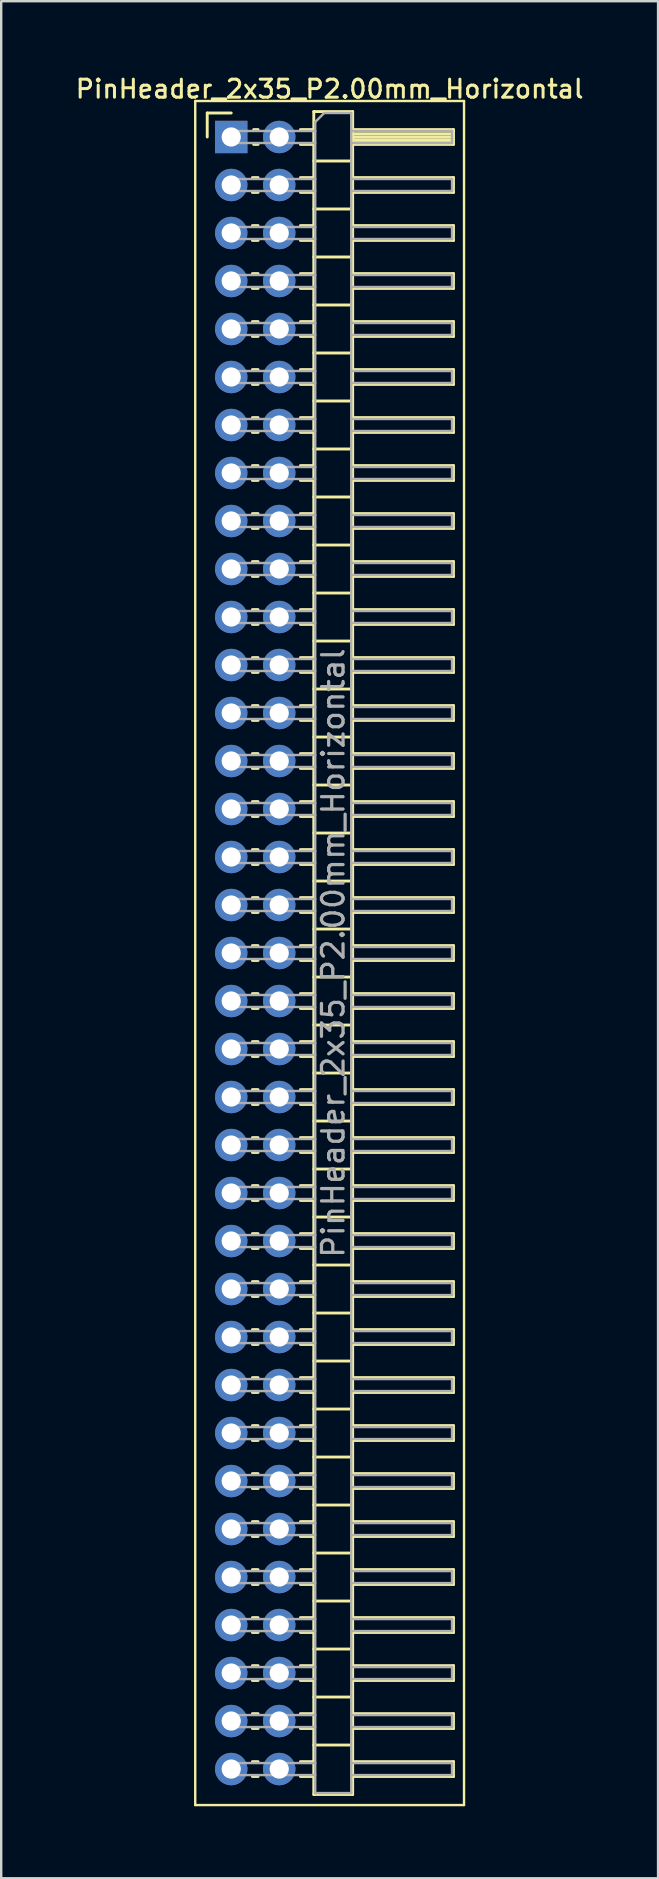
<source format=kicad_pcb>
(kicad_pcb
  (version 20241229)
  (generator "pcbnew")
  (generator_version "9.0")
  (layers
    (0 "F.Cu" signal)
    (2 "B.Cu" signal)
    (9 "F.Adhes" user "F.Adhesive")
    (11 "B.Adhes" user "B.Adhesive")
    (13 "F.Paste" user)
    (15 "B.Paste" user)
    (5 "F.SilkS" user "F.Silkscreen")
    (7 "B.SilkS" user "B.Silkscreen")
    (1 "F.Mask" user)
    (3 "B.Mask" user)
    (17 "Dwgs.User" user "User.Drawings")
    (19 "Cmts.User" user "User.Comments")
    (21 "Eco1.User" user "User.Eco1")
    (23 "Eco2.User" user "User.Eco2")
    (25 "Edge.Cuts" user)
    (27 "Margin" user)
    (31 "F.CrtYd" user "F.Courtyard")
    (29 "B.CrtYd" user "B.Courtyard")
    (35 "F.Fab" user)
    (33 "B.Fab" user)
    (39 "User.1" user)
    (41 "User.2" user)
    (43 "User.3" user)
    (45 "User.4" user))
  (footprint "PinHeader_2x35_P2.00mm_Horizontal"
    (layer "F.Cu")
    (at 6.584 2.658)
    (property "Reference" "PinHeader_2x35_P2.00mm_Horizontal" (at 4.1 -2 0) (layer "F.SilkS") (effects (font (size 0.75 0.75) (thickness 0.125))))
    (attr through_hole)
    (fp_line (start -1.5 -1.5) (end -1.5 69.5) (stroke (width 0.1) (type solid)) (layer "F.SilkS"))
    (fp_line (start -1.5 69.5) (end 9.7 69.5) (stroke (width 0.1) (type solid)) (layer "F.SilkS"))
    (fp_line (start -1 -1) (end 0 -1) (stroke (width 0.12) (type solid)) (layer "F.SilkS"))
    (fp_line (start -1 0) (end -1 -1) (stroke (width 0.12) (type solid)) (layer "F.SilkS"))
    (fp_line (start 0.882 1.69) (end 1.118 1.69) (stroke (width 0.12) (type solid)) (layer "F.SilkS"))
    (fp_line (start 0.882 2.31) (end 1.118 2.31) (stroke (width 0.12) (type solid)) (layer "F.SilkS"))
    (fp_line (start 0.882 3.69) (end 1.118 3.69) (stroke (width 0.12) (type solid)) (layer "F.SilkS"))
    (fp_line (start 0.882 4.31) (end 1.118 4.31) (stroke (width 0.12) (type solid)) (layer "F.SilkS"))
    (fp_line (start 0.882 5.69) (end 1.118 5.69) (stroke (width 0.12) (type solid)) (layer "F.SilkS"))
    (fp_line (start 0.882 6.31) (end 1.118 6.31) (stroke (width 0.12) (type solid)) (layer "F.SilkS"))
    (fp_line (start 0.882 7.69) (end 1.118 7.69) (stroke (width 0.12) (type solid)) (layer "F.SilkS"))
    (fp_line (start 0.882 8.31) (end 1.118 8.31) (stroke (width 0.12) (type solid)) (layer "F.SilkS"))
    (fp_line (start 0.882 9.69) (end 1.118 9.69) (stroke (width 0.12) (type solid)) (layer "F.SilkS"))
    (fp_line (start 0.882 10.31) (end 1.118 10.31) (stroke (width 0.12) (type solid)) (layer "F.SilkS"))
    (fp_line (start 0.882 11.69) (end 1.118 11.69) (stroke (width 0.12) (type solid)) (layer "F.SilkS"))
    (fp_line (start 0.882 12.31) (end 1.118 12.31) (stroke (width 0.12) (type solid)) (layer "F.SilkS"))
    (fp_line (start 0.882 13.69) (end 1.118 13.69) (stroke (width 0.12) (type solid)) (layer "F.SilkS"))
    (fp_line (start 0.882 14.31) (end 1.118 14.31) (stroke (width 0.12) (type solid)) (layer "F.SilkS"))
    (fp_line (start 0.882 15.69) (end 1.118 15.69) (stroke (width 0.12) (type solid)) (layer "F.SilkS"))
    (fp_line (start 0.882 16.31) (end 1.118 16.31) (stroke (width 0.12) (type solid)) (layer "F.SilkS"))
    (fp_line (start 0.882 17.69) (end 1.118 17.69) (stroke (width 0.12) (type solid)) (layer "F.SilkS"))
    (fp_line (start 0.882 18.31) (end 1.118 18.31) (stroke (width 0.12) (type solid)) (layer "F.SilkS"))
    (fp_line (start 0.882 19.69) (end 1.118 19.69) (stroke (width 0.12) (type solid)) (layer "F.SilkS"))
    (fp_line (start 0.882 20.31) (end 1.118 20.31) (stroke (width 0.12) (type solid)) (layer "F.SilkS"))
    (fp_line (start 0.882 21.69) (end 1.118 21.69) (stroke (width 0.12) (type solid)) (layer "F.SilkS"))
    (fp_line (start 0.882 22.31) (end 1.118 22.31) (stroke (width 0.12) (type solid)) (layer "F.SilkS"))
    (fp_line (start 0.882 23.69) (end 1.118 23.69) (stroke (width 0.12) (type solid)) (layer "F.SilkS"))
    (fp_line (start 0.882 24.31) (end 1.118 24.31) (stroke (width 0.12) (type solid)) (layer "F.SilkS"))
    (fp_line (start 0.882 25.69) (end 1.118 25.69) (stroke (width 0.12) (type solid)) (layer "F.SilkS"))
    (fp_line (start 0.882 26.31) (end 1.118 26.31) (stroke (width 0.12) (type solid)) (layer "F.SilkS"))
    (fp_line (start 0.882 27.69) (end 1.118 27.69) (stroke (width 0.12) (type solid)) (layer "F.SilkS"))
    (fp_line (start 0.882 28.31) (end 1.118 28.31) (stroke (width 0.12) (type solid)) (layer "F.SilkS"))
    (fp_line (start 0.882 29.69) (end 1.118 29.69) (stroke (width 0.12) (type solid)) (layer "F.SilkS"))
    (fp_line (start 0.882 30.31) (end 1.118 30.31) (stroke (width 0.12) (type solid)) (layer "F.SilkS"))
    (fp_line (start 0.882 31.69) (end 1.118 31.69) (stroke (width 0.12) (type solid)) (layer "F.SilkS"))
    (fp_line (start 0.882 32.31) (end 1.118 32.31) (stroke (width 0.12) (type solid)) (layer "F.SilkS"))
    (fp_line (start 0.882 33.69) (end 1.118 33.69) (stroke (width 0.12) (type solid)) (layer "F.SilkS"))
    (fp_line (start 0.882 34.31) (end 1.118 34.31) (stroke (width 0.12) (type solid)) (layer "F.SilkS"))
    (fp_line (start 0.882 35.69) (end 1.118 35.69) (stroke (width 0.12) (type solid)) (layer "F.SilkS"))
    (fp_line (start 0.882 36.31) (end 1.118 36.31) (stroke (width 0.12) (type solid)) (layer "F.SilkS"))
    (fp_line (start 0.882 37.69) (end 1.118 37.69) (stroke (width 0.12) (type solid)) (layer "F.SilkS"))
    (fp_line (start 0.882 38.31) (end 1.118 38.31) (stroke (width 0.12) (type solid)) (layer "F.SilkS"))
    (fp_line (start 0.882 39.69) (end 1.118 39.69) (stroke (width 0.12) (type solid)) (layer "F.SilkS"))
    (fp_line (start 0.882 40.31) (end 1.118 40.31) (stroke (width 0.12) (type solid)) (layer "F.SilkS"))
    (fp_line (start 0.882 41.69) (end 1.118 41.69) (stroke (width 0.12) (type solid)) (layer "F.SilkS"))
    (fp_line (start 0.882 42.31) (end 1.118 42.31) (stroke (width 0.12) (type solid)) (layer "F.SilkS"))
    (fp_line (start 0.882 43.69) (end 1.118 43.69) (stroke (width 0.12) (type solid)) (layer "F.SilkS"))
    (fp_line (start 0.882 44.31) (end 1.118 44.31) (stroke (width 0.12) (type solid)) (layer "F.SilkS"))
    (fp_line (start 0.882 45.69) (end 1.118 45.69) (stroke (width 0.12) (type solid)) (layer "F.SilkS"))
    (fp_line (start 0.882 46.31) (end 1.118 46.31) (stroke (width 0.12) (type solid)) (layer "F.SilkS"))
    (fp_line (start 0.882 47.69) (end 1.118 47.69) (stroke (width 0.12) (type solid)) (layer "F.SilkS"))
    (fp_line (start 0.882 48.31) (end 1.118 48.31) (stroke (width 0.12) (type solid)) (layer "F.SilkS"))
    (fp_line (start 0.882 49.69) (end 1.118 49.69) (stroke (width 0.12) (type solid)) (layer "F.SilkS"))
    (fp_line (start 0.882 50.31) (end 1.118 50.31) (stroke (width 0.12) (type solid)) (layer "F.SilkS"))
    (fp_line (start 0.882 51.69) (end 1.118 51.69) (stroke (width 0.12) (type solid)) (layer "F.SilkS"))
    (fp_line (start 0.882 52.31) (end 1.118 52.31) (stroke (width 0.12) (type solid)) (layer "F.SilkS"))
    (fp_line (start 0.882 53.69) (end 1.118 53.69) (stroke (width 0.12) (type solid)) (layer "F.SilkS"))
    (fp_line (start 0.882 54.31) (end 1.118 54.31) (stroke (width 0.12) (type solid)) (layer "F.SilkS"))
    (fp_line (start 0.882 55.69) (end 1.118 55.69) (stroke (width 0.12) (type solid)) (layer "F.SilkS"))
    (fp_line (start 0.882 56.31) (end 1.118 56.31) (stroke (width 0.12) (type solid)) (layer "F.SilkS"))
    (fp_line (start 0.882 57.69) (end 1.118 57.69) (stroke (width 0.12) (type solid)) (layer "F.SilkS"))
    (fp_line (start 0.882 58.31) (end 1.118 58.31) (stroke (width 0.12) (type solid)) (layer "F.SilkS"))
    (fp_line (start 0.882 59.69) (end 1.118 59.69) (stroke (width 0.12) (type solid)) (layer "F.SilkS"))
    (fp_line (start 0.882 60.31) (end 1.118 60.31) (stroke (width 0.12) (type solid)) (layer "F.SilkS"))
    (fp_line (start 0.882 61.69) (end 1.118 61.69) (stroke (width 0.12) (type solid)) (layer "F.SilkS"))
    (fp_line (start 0.882 62.31) (end 1.118 62.31) (stroke (width 0.12) (type solid)) (layer "F.SilkS"))
    (fp_line (start 0.882 63.69) (end 1.118 63.69) (stroke (width 0.12) (type solid)) (layer "F.SilkS"))
    (fp_line (start 0.882 64.31) (end 1.118 64.31) (stroke (width 0.12) (type solid)) (layer "F.SilkS"))
    (fp_line (start 0.882 65.69) (end 1.118 65.69) (stroke (width 0.12) (type solid)) (layer "F.SilkS"))
    (fp_line (start 0.882 66.31) (end 1.118 66.31) (stroke (width 0.12) (type solid)) (layer "F.SilkS"))
    (fp_line (start 0.882 67.69) (end 1.118 67.69) (stroke (width 0.12) (type solid)) (layer "F.SilkS"))
    (fp_line (start 0.882 68.31) (end 1.118 68.31) (stroke (width 0.12) (type solid)) (layer "F.SilkS"))
    (fp_line (start 0.935 -0.31) (end 1.118 -0.31) (stroke (width 0.12) (type solid)) (layer "F.SilkS"))
    (fp_line (start 0.935 0.31) (end 1.118 0.31) (stroke (width 0.12) (type solid)) (layer "F.SilkS"))
    (fp_line (start 2.882 -0.31) (end 3.44 -0.31) (stroke (width 0.12) (type solid)) (layer "F.SilkS"))
    (fp_line (start 2.882 0.31) (end 3.44 0.31) (stroke (width 0.12) (type solid)) (layer "F.SilkS"))
    (fp_line (start 2.882 1.69) (end 3.44 1.69) (stroke (width 0.12) (type solid)) (layer "F.SilkS"))
    (fp_line (start 2.882 2.31) (end 3.44 2.31) (stroke (width 0.12) (type solid)) (layer "F.SilkS"))
    (fp_line (start 2.882 3.69) (end 3.44 3.69) (stroke (width 0.12) (type solid)) (layer "F.SilkS"))
    (fp_line (start 2.882 4.31) (end 3.44 4.31) (stroke (width 0.12) (type solid)) (layer "F.SilkS"))
    (fp_line (start 2.882 5.69) (end 3.44 5.69) (stroke (width 0.12) (type solid)) (layer "F.SilkS"))
    (fp_line (start 2.882 6.31) (end 3.44 6.31) (stroke (width 0.12) (type solid)) (layer "F.SilkS"))
    (fp_line (start 2.882 7.69) (end 3.44 7.69) (stroke (width 0.12) (type solid)) (layer "F.SilkS"))
    (fp_line (start 2.882 8.31) (end 3.44 8.31) (stroke (width 0.12) (type solid)) (layer "F.SilkS"))
    (fp_line (start 2.882 9.69) (end 3.44 9.69) (stroke (width 0.12) (type solid)) (layer "F.SilkS"))
    (fp_line (start 2.882 10.31) (end 3.44 10.31) (stroke (width 0.12) (type solid)) (layer "F.SilkS"))
    (fp_line (start 2.882 11.69) (end 3.44 11.69) (stroke (width 0.12) (type solid)) (layer "F.SilkS"))
    (fp_line (start 2.882 12.31) (end 3.44 12.31) (stroke (width 0.12) (type solid)) (layer "F.SilkS"))
    (fp_line (start 2.882 13.69) (end 3.44 13.69) (stroke (width 0.12) (type solid)) (layer "F.SilkS"))
    (fp_line (start 2.882 14.31) (end 3.44 14.31) (stroke (width 0.12) (type solid)) (layer "F.SilkS"))
    (fp_line (start 2.882 15.69) (end 3.44 15.69) (stroke (width 0.12) (type solid)) (layer "F.SilkS"))
    (fp_line (start 2.882 16.31) (end 3.44 16.31) (stroke (width 0.12) (type solid)) (layer "F.SilkS"))
    (fp_line (start 2.882 17.69) (end 3.44 17.69) (stroke (width 0.12) (type solid)) (layer "F.SilkS"))
    (fp_line (start 2.882 18.31) (end 3.44 18.31) (stroke (width 0.12) (type solid)) (layer "F.SilkS"))
    (fp_line (start 2.882 19.69) (end 3.44 19.69) (stroke (width 0.12) (type solid)) (layer "F.SilkS"))
    (fp_line (start 2.882 20.31) (end 3.44 20.31) (stroke (width 0.12) (type solid)) (layer "F.SilkS"))
    (fp_line (start 2.882 21.69) (end 3.44 21.69) (stroke (width 0.12) (type solid)) (layer "F.SilkS"))
    (fp_line (start 2.882 22.31) (end 3.44 22.31) (stroke (width 0.12) (type solid)) (layer "F.SilkS"))
    (fp_line (start 2.882 23.69) (end 3.44 23.69) (stroke (width 0.12) (type solid)) (layer "F.SilkS"))
    (fp_line (start 2.882 24.31) (end 3.44 24.31) (stroke (width 0.12) (type solid)) (layer "F.SilkS"))
    (fp_line (start 2.882 25.69) (end 3.44 25.69) (stroke (width 0.12) (type solid)) (layer "F.SilkS"))
    (fp_line (start 2.882 26.31) (end 3.44 26.31) (stroke (width 0.12) (type solid)) (layer "F.SilkS"))
    (fp_line (start 2.882 27.69) (end 3.44 27.69) (stroke (width 0.12) (type solid)) (layer "F.SilkS"))
    (fp_line (start 2.882 28.31) (end 3.44 28.31) (stroke (width 0.12) (type solid)) (layer "F.SilkS"))
    (fp_line (start 2.882 29.69) (end 3.44 29.69) (stroke (width 0.12) (type solid)) (layer "F.SilkS"))
    (fp_line (start 2.882 30.31) (end 3.44 30.31) (stroke (width 0.12) (type solid)) (layer "F.SilkS"))
    (fp_line (start 2.882 31.69) (end 3.44 31.69) (stroke (width 0.12) (type solid)) (layer "F.SilkS"))
    (fp_line (start 2.882 32.31) (end 3.44 32.31) (stroke (width 0.12) (type solid)) (layer "F.SilkS"))
    (fp_line (start 2.882 33.69) (end 3.44 33.69) (stroke (width 0.12) (type solid)) (layer "F.SilkS"))
    (fp_line (start 2.882 34.31) (end 3.44 34.31) (stroke (width 0.12) (type solid)) (layer "F.SilkS"))
    (fp_line (start 2.882 35.69) (end 3.44 35.69) (stroke (width 0.12) (type solid)) (layer "F.SilkS"))
    (fp_line (start 2.882 36.31) (end 3.44 36.31) (stroke (width 0.12) (type solid)) (layer "F.SilkS"))
    (fp_line (start 2.882 37.69) (end 3.44 37.69) (stroke (width 0.12) (type solid)) (layer "F.SilkS"))
    (fp_line (start 2.882 38.31) (end 3.44 38.31) (stroke (width 0.12) (type solid)) (layer "F.SilkS"))
    (fp_line (start 2.882 39.69) (end 3.44 39.69) (stroke (width 0.12) (type solid)) (layer "F.SilkS"))
    (fp_line (start 2.882 40.31) (end 3.44 40.31) (stroke (width 0.12) (type solid)) (layer "F.SilkS"))
    (fp_line (start 2.882 41.69) (end 3.44 41.69) (stroke (width 0.12) (type solid)) (layer "F.SilkS"))
    (fp_line (start 2.882 42.31) (end 3.44 42.31) (stroke (width 0.12) (type solid)) (layer "F.SilkS"))
    (fp_line (start 2.882 43.69) (end 3.44 43.69) (stroke (width 0.12) (type solid)) (layer "F.SilkS"))
    (fp_line (start 2.882 44.31) (end 3.44 44.31) (stroke (width 0.12) (type solid)) (layer "F.SilkS"))
    (fp_line (start 2.882 45.69) (end 3.44 45.69) (stroke (width 0.12) (type solid)) (layer "F.SilkS"))
    (fp_line (start 2.882 46.31) (end 3.44 46.31) (stroke (width 0.12) (type solid)) (layer "F.SilkS"))
    (fp_line (start 2.882 47.69) (end 3.44 47.69) (stroke (width 0.12) (type solid)) (layer "F.SilkS"))
    (fp_line (start 2.882 48.31) (end 3.44 48.31) (stroke (width 0.12) (type solid)) (layer "F.SilkS"))
    (fp_line (start 2.882 49.69) (end 3.44 49.69) (stroke (width 0.12) (type solid)) (layer "F.SilkS"))
    (fp_line (start 2.882 50.31) (end 3.44 50.31) (stroke (width 0.12) (type solid)) (layer "F.SilkS"))
    (fp_line (start 2.882 51.69) (end 3.44 51.69) (stroke (width 0.12) (type solid)) (layer "F.SilkS"))
    (fp_line (start 2.882 52.31) (end 3.44 52.31) (stroke (width 0.12) (type solid)) (layer "F.SilkS"))
    (fp_line (start 2.882 53.69) (end 3.44 53.69) (stroke (width 0.12) (type solid)) (layer "F.SilkS"))
    (fp_line (start 2.882 54.31) (end 3.44 54.31) (stroke (width 0.12) (type solid)) (layer "F.SilkS"))
    (fp_line (start 2.882 55.69) (end 3.44 55.69) (stroke (width 0.12) (type solid)) (layer "F.SilkS"))
    (fp_line (start 2.882 56.31) (end 3.44 56.31) (stroke (width 0.12) (type solid)) (layer "F.SilkS"))
    (fp_line (start 2.882 57.69) (end 3.44 57.69) (stroke (width 0.12) (type solid)) (layer "F.SilkS"))
    (fp_line (start 2.882 58.31) (end 3.44 58.31) (stroke (width 0.12) (type solid)) (layer "F.SilkS"))
    (fp_line (start 2.882 59.69) (end 3.44 59.69) (stroke (width 0.12) (type solid)) (layer "F.SilkS"))
    (fp_line (start 2.882 60.31) (end 3.44 60.31) (stroke (width 0.12) (type solid)) (layer "F.SilkS"))
    (fp_line (start 2.882 61.69) (end 3.44 61.69) (stroke (width 0.12) (type solid)) (layer "F.SilkS"))
    (fp_line (start 2.882 62.31) (end 3.44 62.31) (stroke (width 0.12) (type solid)) (layer "F.SilkS"))
    (fp_line (start 2.882 63.69) (end 3.44 63.69) (stroke (width 0.12) (type solid)) (layer "F.SilkS"))
    (fp_line (start 2.882 64.31) (end 3.44 64.31) (stroke (width 0.12) (type solid)) (layer "F.SilkS"))
    (fp_line (start 2.882 65.69) (end 3.44 65.69) (stroke (width 0.12) (type solid)) (layer "F.SilkS"))
    (fp_line (start 2.882 66.31) (end 3.44 66.31) (stroke (width 0.12) (type solid)) (layer "F.SilkS"))
    (fp_line (start 2.882 67.69) (end 3.44 67.69) (stroke (width 0.12) (type solid)) (layer "F.SilkS"))
    (fp_line (start 2.882 68.31) (end 3.44 68.31) (stroke (width 0.12) (type solid)) (layer "F.SilkS"))
    (fp_line (start 3.44 -1.06) (end 3.44 69.06) (stroke (width 0.12) (type solid)) (layer "F.SilkS"))
    (fp_line (start 3.44 1) (end 5.06 1) (stroke (width 0.12) (type solid)) (layer "F.SilkS"))
    (fp_line (start 3.44 3) (end 5.06 3) (stroke (width 0.12) (type solid)) (layer "F.SilkS"))
    (fp_line (start 3.44 5) (end 5.06 5) (stroke (width 0.12) (type solid)) (layer "F.SilkS"))
    (fp_line (start 3.44 7) (end 5.06 7) (stroke (width 0.12) (type solid)) (layer "F.SilkS"))
    (fp_line (start 3.44 9) (end 5.06 9) (stroke (width 0.12) (type solid)) (layer "F.SilkS"))
    (fp_line (start 3.44 11) (end 5.06 11) (stroke (width 0.12) (type solid)) (layer "F.SilkS"))
    (fp_line (start 3.44 13) (end 5.06 13) (stroke (width 0.12) (type solid)) (layer "F.SilkS"))
    (fp_line (start 3.44 15) (end 5.06 15) (stroke (width 0.12) (type solid)) (layer "F.SilkS"))
    (fp_line (start 3.44 17) (end 5.06 17) (stroke (width 0.12) (type solid)) (layer "F.SilkS"))
    (fp_line (start 3.44 19) (end 5.06 19) (stroke (width 0.12) (type solid)) (layer "F.SilkS"))
    (fp_line (start 3.44 21) (end 5.06 21) (stroke (width 0.12) (type solid)) (layer "F.SilkS"))
    (fp_line (start 3.44 23) (end 5.06 23) (stroke (width 0.12) (type solid)) (layer "F.SilkS"))
    (fp_line (start 3.44 25) (end 5.06 25) (stroke (width 0.12) (type solid)) (layer "F.SilkS"))
    (fp_line (start 3.44 27) (end 5.06 27) (stroke (width 0.12) (type solid)) (layer "F.SilkS"))
    (fp_line (start 3.44 29) (end 5.06 29) (stroke (width 0.12) (type solid)) (layer "F.SilkS"))
    (fp_line (start 3.44 31) (end 5.06 31) (stroke (width 0.12) (type solid)) (layer "F.SilkS"))
    (fp_line (start 3.44 33) (end 5.06 33) (stroke (width 0.12) (type solid)) (layer "F.SilkS"))
    (fp_line (start 3.44 35) (end 5.06 35) (stroke (width 0.12) (type solid)) (layer "F.SilkS"))
    (fp_line (start 3.44 37) (end 5.06 37) (stroke (width 0.12) (type solid)) (layer "F.SilkS"))
    (fp_line (start 3.44 39) (end 5.06 39) (stroke (width 0.12) (type solid)) (layer "F.SilkS"))
    (fp_line (start 3.44 41) (end 5.06 41) (stroke (width 0.12) (type solid)) (layer "F.SilkS"))
    (fp_line (start 3.44 43) (end 5.06 43) (stroke (width 0.12) (type solid)) (layer "F.SilkS"))
    (fp_line (start 3.44 45) (end 5.06 45) (stroke (width 0.12) (type solid)) (layer "F.SilkS"))
    (fp_line (start 3.44 47) (end 5.06 47) (stroke (width 0.12) (type solid)) (layer "F.SilkS"))
    (fp_line (start 3.44 49) (end 5.06 49) (stroke (width 0.12) (type solid)) (layer "F.SilkS"))
    (fp_line (start 3.44 51) (end 5.06 51) (stroke (width 0.12) (type solid)) (layer "F.SilkS"))
    (fp_line (start 3.44 53) (end 5.06 53) (stroke (width 0.12) (type solid)) (layer "F.SilkS"))
    (fp_line (start 3.44 55) (end 5.06 55) (stroke (width 0.12) (type solid)) (layer "F.SilkS"))
    (fp_line (start 3.44 57) (end 5.06 57) (stroke (width 0.12) (type solid)) (layer "F.SilkS"))
    (fp_line (start 3.44 59) (end 5.06 59) (stroke (width 0.12) (type solid)) (layer "F.SilkS"))
    (fp_line (start 3.44 61) (end 5.06 61) (stroke (width 0.12) (type solid)) (layer "F.SilkS"))
    (fp_line (start 3.44 63) (end 5.06 63) (stroke (width 0.12) (type solid)) (layer "F.SilkS"))
    (fp_line (start 3.44 65) (end 5.06 65) (stroke (width 0.12) (type solid)) (layer "F.SilkS"))
    (fp_line (start 3.44 67) (end 5.06 67) (stroke (width 0.12) (type solid)) (layer "F.SilkS"))
    (fp_line (start 3.44 69.06) (end 5.06 69.06) (stroke (width 0.12) (type solid)) (layer "F.SilkS"))
    (fp_line (start 5.06 -1.06) (end 3.44 -1.06) (stroke (width 0.12) (type solid)) (layer "F.SilkS"))
    (fp_line (start 5.06 -0.31) (end 9.26 -0.31) (stroke (width 0.12) (type solid)) (layer "F.SilkS"))
    (fp_line (start 5.06 -0.25) (end 9.26 -0.25) (stroke (width 0.12) (type solid)) (layer "F.SilkS"))
    (fp_line (start 5.06 -0.13) (end 9.26 -0.13) (stroke (width 0.12) (type solid)) (layer "F.SilkS"))
    (fp_line (start 5.06 -0.01) (end 9.26 -0.01) (stroke (width 0.12) (type solid)) (layer "F.SilkS"))
    (fp_line (start 5.06 0.11) (end 9.26 0.11) (stroke (width 0.12) (type solid)) (layer "F.SilkS"))
    (fp_line (start 5.06 0.23) (end 9.26 0.23) (stroke (width 0.12) (type solid)) (layer "F.SilkS"))
    (fp_line (start 5.06 1.69) (end 9.26 1.69) (stroke (width 0.12) (type solid)) (layer "F.SilkS"))
    (fp_line (start 5.06 3.69) (end 9.26 3.69) (stroke (width 0.12) (type solid)) (layer "F.SilkS"))
    (fp_line (start 5.06 5.69) (end 9.26 5.69) (stroke (width 0.12) (type solid)) (layer "F.SilkS"))
    (fp_line (start 5.06 7.69) (end 9.26 7.69) (stroke (width 0.12) (type solid)) (layer "F.SilkS"))
    (fp_line (start 5.06 9.69) (end 9.26 9.69) (stroke (width 0.12) (type solid)) (layer "F.SilkS"))
    (fp_line (start 5.06 11.69) (end 9.26 11.69) (stroke (width 0.12) (type solid)) (layer "F.SilkS"))
    (fp_line (start 5.06 13.69) (end 9.26 13.69) (stroke (width 0.12) (type solid)) (layer "F.SilkS"))
    (fp_line (start 5.06 15.69) (end 9.26 15.69) (stroke (width 0.12) (type solid)) (layer "F.SilkS"))
    (fp_line (start 5.06 17.69) (end 9.26 17.69) (stroke (width 0.12) (type solid)) (layer "F.SilkS"))
    (fp_line (start 5.06 19.69) (end 9.26 19.69) (stroke (width 0.12) (type solid)) (layer "F.SilkS"))
    (fp_line (start 5.06 21.69) (end 9.26 21.69) (stroke (width 0.12) (type solid)) (layer "F.SilkS"))
    (fp_line (start 5.06 23.69) (end 9.26 23.69) (stroke (width 0.12) (type solid)) (layer "F.SilkS"))
    (fp_line (start 5.06 25.69) (end 9.26 25.69) (stroke (width 0.12) (type solid)) (layer "F.SilkS"))
    (fp_line (start 5.06 27.69) (end 9.26 27.69) (stroke (width 0.12) (type solid)) (layer "F.SilkS"))
    (fp_line (start 5.06 29.69) (end 9.26 29.69) (stroke (width 0.12) (type solid)) (layer "F.SilkS"))
    (fp_line (start 5.06 31.69) (end 9.26 31.69) (stroke (width 0.12) (type solid)) (layer "F.SilkS"))
    (fp_line (start 5.06 33.69) (end 9.26 33.69) (stroke (width 0.12) (type solid)) (layer "F.SilkS"))
    (fp_line (start 5.06 35.69) (end 9.26 35.69) (stroke (width 0.12) (type solid)) (layer "F.SilkS"))
    (fp_line (start 5.06 37.69) (end 9.26 37.69) (stroke (width 0.12) (type solid)) (layer "F.SilkS"))
    (fp_line (start 5.06 39.69) (end 9.26 39.69) (stroke (width 0.12) (type solid)) (layer "F.SilkS"))
    (fp_line (start 5.06 41.69) (end 9.26 41.69) (stroke (width 0.12) (type solid)) (layer "F.SilkS"))
    (fp_line (start 5.06 43.69) (end 9.26 43.69) (stroke (width 0.12) (type solid)) (layer "F.SilkS"))
    (fp_line (start 5.06 45.69) (end 9.26 45.69) (stroke (width 0.12) (type solid)) (layer "F.SilkS"))
    (fp_line (start 5.06 47.69) (end 9.26 47.69) (stroke (width 0.12) (type solid)) (layer "F.SilkS"))
    (fp_line (start 5.06 49.69) (end 9.26 49.69) (stroke (width 0.12) (type solid)) (layer "F.SilkS"))
    (fp_line (start 5.06 51.69) (end 9.26 51.69) (stroke (width 0.12) (type solid)) (layer "F.SilkS"))
    (fp_line (start 5.06 53.69) (end 9.26 53.69) (stroke (width 0.12) (type solid)) (layer "F.SilkS"))
    (fp_line (start 5.06 55.69) (end 9.26 55.69) (stroke (width 0.12) (type solid)) (layer "F.SilkS"))
    (fp_line (start 5.06 57.69) (end 9.26 57.69) (stroke (width 0.12) (type solid)) (layer "F.SilkS"))
    (fp_line (start 5.06 59.69) (end 9.26 59.69) (stroke (width 0.12) (type solid)) (layer "F.SilkS"))
    (fp_line (start 5.06 61.69) (end 9.26 61.69) (stroke (width 0.12) (type solid)) (layer "F.SilkS"))
    (fp_line (start 5.06 63.69) (end 9.26 63.69) (stroke (width 0.12) (type solid)) (layer "F.SilkS"))
    (fp_line (start 5.06 65.69) (end 9.26 65.69) (stroke (width 0.12) (type solid)) (layer "F.SilkS"))
    (fp_line (start 5.06 67.69) (end 9.26 67.69) (stroke (width 0.12) (type solid)) (layer "F.SilkS"))
    (fp_line (start 5.06 69.06) (end 5.06 -1.06) (stroke (width 0.12) (type solid)) (layer "F.SilkS"))
    (fp_line (start 9.26 -0.31) (end 9.26 0.31) (stroke (width 0.12) (type solid)) (layer "F.SilkS"))
    (fp_line (start 9.26 0.31) (end 5.06 0.31) (stroke (width 0.12) (type solid)) (layer "F.SilkS"))
    (fp_line (start 9.26 1.69) (end 9.26 2.31) (stroke (width 0.12) (type solid)) (layer "F.SilkS"))
    (fp_line (start 9.26 2.31) (end 5.06 2.31) (stroke (width 0.12) (type solid)) (layer "F.SilkS"))
    (fp_line (start 9.26 3.69) (end 9.26 4.31) (stroke (width 0.12) (type solid)) (layer "F.SilkS"))
    (fp_line (start 9.26 4.31) (end 5.06 4.31) (stroke (width 0.12) (type solid)) (layer "F.SilkS"))
    (fp_line (start 9.26 5.69) (end 9.26 6.31) (stroke (width 0.12) (type solid)) (layer "F.SilkS"))
    (fp_line (start 9.26 6.31) (end 5.06 6.31) (stroke (width 0.12) (type solid)) (layer "F.SilkS"))
    (fp_line (start 9.26 7.69) (end 9.26 8.31) (stroke (width 0.12) (type solid)) (layer "F.SilkS"))
    (fp_line (start 9.26 8.31) (end 5.06 8.31) (stroke (width 0.12) (type solid)) (layer "F.SilkS"))
    (fp_line (start 9.26 9.69) (end 9.26 10.31) (stroke (width 0.12) (type solid)) (layer "F.SilkS"))
    (fp_line (start 9.26 10.31) (end 5.06 10.31) (stroke (width 0.12) (type solid)) (layer "F.SilkS"))
    (fp_line (start 9.26 11.69) (end 9.26 12.31) (stroke (width 0.12) (type solid)) (layer "F.SilkS"))
    (fp_line (start 9.26 12.31) (end 5.06 12.31) (stroke (width 0.12) (type solid)) (layer "F.SilkS"))
    (fp_line (start 9.26 13.69) (end 9.26 14.31) (stroke (width 0.12) (type solid)) (layer "F.SilkS"))
    (fp_line (start 9.26 14.31) (end 5.06 14.31) (stroke (width 0.12) (type solid)) (layer "F.SilkS"))
    (fp_line (start 9.26 15.69) (end 9.26 16.31) (stroke (width 0.12) (type solid)) (layer "F.SilkS"))
    (fp_line (start 9.26 16.31) (end 5.06 16.31) (stroke (width 0.12) (type solid)) (layer "F.SilkS"))
    (fp_line (start 9.26 17.69) (end 9.26 18.31) (stroke (width 0.12) (type solid)) (layer "F.SilkS"))
    (fp_line (start 9.26 18.31) (end 5.06 18.31) (stroke (width 0.12) (type solid)) (layer "F.SilkS"))
    (fp_line (start 9.26 19.69) (end 9.26 20.31) (stroke (width 0.12) (type solid)) (layer "F.SilkS"))
    (fp_line (start 9.26 20.31) (end 5.06 20.31) (stroke (width 0.12) (type solid)) (layer "F.SilkS"))
    (fp_line (start 9.26 21.69) (end 9.26 22.31) (stroke (width 0.12) (type solid)) (layer "F.SilkS"))
    (fp_line (start 9.26 22.31) (end 5.06 22.31) (stroke (width 0.12) (type solid)) (layer "F.SilkS"))
    (fp_line (start 9.26 23.69) (end 9.26 24.31) (stroke (width 0.12) (type solid)) (layer "F.SilkS"))
    (fp_line (start 9.26 24.31) (end 5.06 24.31) (stroke (width 0.12) (type solid)) (layer "F.SilkS"))
    (fp_line (start 9.26 25.69) (end 9.26 26.31) (stroke (width 0.12) (type solid)) (layer "F.SilkS"))
    (fp_line (start 9.26 26.31) (end 5.06 26.31) (stroke (width 0.12) (type solid)) (layer "F.SilkS"))
    (fp_line (start 9.26 27.69) (end 9.26 28.31) (stroke (width 0.12) (type solid)) (layer "F.SilkS"))
    (fp_line (start 9.26 28.31) (end 5.06 28.31) (stroke (width 0.12) (type solid)) (layer "F.SilkS"))
    (fp_line (start 9.26 29.69) (end 9.26 30.31) (stroke (width 0.12) (type solid)) (layer "F.SilkS"))
    (fp_line (start 9.26 30.31) (end 5.06 30.31) (stroke (width 0.12) (type solid)) (layer "F.SilkS"))
    (fp_line (start 9.26 31.69) (end 9.26 32.31) (stroke (width 0.12) (type solid)) (layer "F.SilkS"))
    (fp_line (start 9.26 32.31) (end 5.06 32.31) (stroke (width 0.12) (type solid)) (layer "F.SilkS"))
    (fp_line (start 9.26 33.69) (end 9.26 34.31) (stroke (width 0.12) (type solid)) (layer "F.SilkS"))
    (fp_line (start 9.26 34.31) (end 5.06 34.31) (stroke (width 0.12) (type solid)) (layer "F.SilkS"))
    (fp_line (start 9.26 35.69) (end 9.26 36.31) (stroke (width 0.12) (type solid)) (layer "F.SilkS"))
    (fp_line (start 9.26 36.31) (end 5.06 36.31) (stroke (width 0.12) (type solid)) (layer "F.SilkS"))
    (fp_line (start 9.26 37.69) (end 9.26 38.31) (stroke (width 0.12) (type solid)) (layer "F.SilkS"))
    (fp_line (start 9.26 38.31) (end 5.06 38.31) (stroke (width 0.12) (type solid)) (layer "F.SilkS"))
    (fp_line (start 9.26 39.69) (end 9.26 40.31) (stroke (width 0.12) (type solid)) (layer "F.SilkS"))
    (fp_line (start 9.26 40.31) (end 5.06 40.31) (stroke (width 0.12) (type solid)) (layer "F.SilkS"))
    (fp_line (start 9.26 41.69) (end 9.26 42.31) (stroke (width 0.12) (type solid)) (layer "F.SilkS"))
    (fp_line (start 9.26 42.31) (end 5.06 42.31) (stroke (width 0.12) (type solid)) (layer "F.SilkS"))
    (fp_line (start 9.26 43.69) (end 9.26 44.31) (stroke (width 0.12) (type solid)) (layer "F.SilkS"))
    (fp_line (start 9.26 44.31) (end 5.06 44.31) (stroke (width 0.12) (type solid)) (layer "F.SilkS"))
    (fp_line (start 9.26 45.69) (end 9.26 46.31) (stroke (width 0.12) (type solid)) (layer "F.SilkS"))
    (fp_line (start 9.26 46.31) (end 5.06 46.31) (stroke (width 0.12) (type solid)) (layer "F.SilkS"))
    (fp_line (start 9.26 47.69) (end 9.26 48.31) (stroke (width 0.12) (type solid)) (layer "F.SilkS"))
    (fp_line (start 9.26 48.31) (end 5.06 48.31) (stroke (width 0.12) (type solid)) (layer "F.SilkS"))
    (fp_line (start 9.26 49.69) (end 9.26 50.31) (stroke (width 0.12) (type solid)) (layer "F.SilkS"))
    (fp_line (start 9.26 50.31) (end 5.06 50.31) (stroke (width 0.12) (type solid)) (layer "F.SilkS"))
    (fp_line (start 9.26 51.69) (end 9.26 52.31) (stroke (width 0.12) (type solid)) (layer "F.SilkS"))
    (fp_line (start 9.26 52.31) (end 5.06 52.31) (stroke (width 0.12) (type solid)) (layer "F.SilkS"))
    (fp_line (start 9.26 53.69) (end 9.26 54.31) (stroke (width 0.12) (type solid)) (layer "F.SilkS"))
    (fp_line (start 9.26 54.31) (end 5.06 54.31) (stroke (width 0.12) (type solid)) (layer "F.SilkS"))
    (fp_line (start 9.26 55.69) (end 9.26 56.31) (stroke (width 0.12) (type solid)) (layer "F.SilkS"))
    (fp_line (start 9.26 56.31) (end 5.06 56.31) (stroke (width 0.12) (type solid)) (layer "F.SilkS"))
    (fp_line (start 9.26 57.69) (end 9.26 58.31) (stroke (width 0.12) (type solid)) (layer "F.SilkS"))
    (fp_line (start 9.26 58.31) (end 5.06 58.31) (stroke (width 0.12) (type solid)) (layer "F.SilkS"))
    (fp_line (start 9.26 59.69) (end 9.26 60.31) (stroke (width 0.12) (type solid)) (layer "F.SilkS"))
    (fp_line (start 9.26 60.31) (end 5.06 60.31) (stroke (width 0.12) (type solid)) (layer "F.SilkS"))
    (fp_line (start 9.26 61.69) (end 9.26 62.31) (stroke (width 0.12) (type solid)) (layer "F.SilkS"))
    (fp_line (start 9.26 62.31) (end 5.06 62.31) (stroke (width 0.12) (type solid)) (layer "F.SilkS"))
    (fp_line (start 9.26 63.69) (end 9.26 64.31) (stroke (width 0.12) (type solid)) (layer "F.SilkS"))
    (fp_line (start 9.26 64.31) (end 5.06 64.31) (stroke (width 0.12) (type solid)) (layer "F.SilkS"))
    (fp_line (start 9.26 65.69) (end 9.26 66.31) (stroke (width 0.12) (type solid)) (layer "F.SilkS"))
    (fp_line (start 9.26 66.31) (end 5.06 66.31) (stroke (width 0.12) (type solid)) (layer "F.SilkS"))
    (fp_line (start 9.26 67.69) (end 9.26 68.31) (stroke (width 0.12) (type solid)) (layer "F.SilkS"))
    (fp_line (start 9.26 68.31) (end 5.06 68.31) (stroke (width 0.12) (type solid)) (layer "F.SilkS"))
    (fp_line (start 9.7 -1.5) (end -1.5 -1.5) (stroke (width 0.1) (type solid)) (layer "F.SilkS"))
    (fp_line (start 9.7 69.5) (end 9.7 -1.5) (stroke (width 0.1) (type solid)) (layer "F.SilkS"))
    (fp_line (start -0.25 -0.25) (end -0.25 0.25) (stroke (width 0.1) (type solid)) (layer "F.Fab"))
    (fp_line (start -0.25 -0.25) (end 3.5 -0.25) (stroke (width 0.1) (type solid)) (layer "F.Fab"))
    (fp_line (start -0.25 0.25) (end 3.5 0.25) (stroke (width 0.1) (type solid)) (layer "F.Fab"))
    (fp_line (start -0.25 1.75) (end -0.25 2.25) (stroke (width 0.1) (type solid)) (layer "F.Fab"))
    (fp_line (start -0.25 1.75) (end 3.5 1.75) (stroke (width 0.1) (type solid)) (layer "F.Fab"))
    (fp_line (start -0.25 2.25) (end 3.5 2.25) (stroke (width 0.1) (type solid)) (layer "F.Fab"))
    (fp_line (start -0.25 3.75) (end -0.25 4.25) (stroke (width 0.1) (type solid)) (layer "F.Fab"))
    (fp_line (start -0.25 3.75) (end 3.5 3.75) (stroke (width 0.1) (type solid)) (layer "F.Fab"))
    (fp_line (start -0.25 4.25) (end 3.5 4.25) (stroke (width 0.1) (type solid)) (layer "F.Fab"))
    (fp_line (start -0.25 5.75) (end -0.25 6.25) (stroke (width 0.1) (type solid)) (layer "F.Fab"))
    (fp_line (start -0.25 5.75) (end 3.5 5.75) (stroke (width 0.1) (type solid)) (layer "F.Fab"))
    (fp_line (start -0.25 6.25) (end 3.5 6.25) (stroke (width 0.1) (type solid)) (layer "F.Fab"))
    (fp_line (start -0.25 7.75) (end -0.25 8.25) (stroke (width 0.1) (type solid)) (layer "F.Fab"))
    (fp_line (start -0.25 7.75) (end 3.5 7.75) (stroke (width 0.1) (type solid)) (layer "F.Fab"))
    (fp_line (start -0.25 8.25) (end 3.5 8.25) (stroke (width 0.1) (type solid)) (layer "F.Fab"))
    (fp_line (start -0.25 9.75) (end -0.25 10.25) (stroke (width 0.1) (type solid)) (layer "F.Fab"))
    (fp_line (start -0.25 9.75) (end 3.5 9.75) (stroke (width 0.1) (type solid)) (layer "F.Fab"))
    (fp_line (start -0.25 10.25) (end 3.5 10.25) (stroke (width 0.1) (type solid)) (layer "F.Fab"))
    (fp_line (start -0.25 11.75) (end -0.25 12.25) (stroke (width 0.1) (type solid)) (layer "F.Fab"))
    (fp_line (start -0.25 11.75) (end 3.5 11.75) (stroke (width 0.1) (type solid)) (layer "F.Fab"))
    (fp_line (start -0.25 12.25) (end 3.5 12.25) (stroke (width 0.1) (type solid)) (layer "F.Fab"))
    (fp_line (start -0.25 13.75) (end -0.25 14.25) (stroke (width 0.1) (type solid)) (layer "F.Fab"))
    (fp_line (start -0.25 13.75) (end 3.5 13.75) (stroke (width 0.1) (type solid)) (layer "F.Fab"))
    (fp_line (start -0.25 14.25) (end 3.5 14.25) (stroke (width 0.1) (type solid)) (layer "F.Fab"))
    (fp_line (start -0.25 15.75) (end -0.25 16.25) (stroke (width 0.1) (type solid)) (layer "F.Fab"))
    (fp_line (start -0.25 15.75) (end 3.5 15.75) (stroke (width 0.1) (type solid)) (layer "F.Fab"))
    (fp_line (start -0.25 16.25) (end 3.5 16.25) (stroke (width 0.1) (type solid)) (layer "F.Fab"))
    (fp_line (start -0.25 17.75) (end -0.25 18.25) (stroke (width 0.1) (type solid)) (layer "F.Fab"))
    (fp_line (start -0.25 17.75) (end 3.5 17.75) (stroke (width 0.1) (type solid)) (layer "F.Fab"))
    (fp_line (start -0.25 18.25) (end 3.5 18.25) (stroke (width 0.1) (type solid)) (layer "F.Fab"))
    (fp_line (start -0.25 19.75) (end -0.25 20.25) (stroke (width 0.1) (type solid)) (layer "F.Fab"))
    (fp_line (start -0.25 19.75) (end 3.5 19.75) (stroke (width 0.1) (type solid)) (layer "F.Fab"))
    (fp_line (start -0.25 20.25) (end 3.5 20.25) (stroke (width 0.1) (type solid)) (layer "F.Fab"))
    (fp_line (start -0.25 21.75) (end -0.25 22.25) (stroke (width 0.1) (type solid)) (layer "F.Fab"))
    (fp_line (start -0.25 21.75) (end 3.5 21.75) (stroke (width 0.1) (type solid)) (layer "F.Fab"))
    (fp_line (start -0.25 22.25) (end 3.5 22.25) (stroke (width 0.1) (type solid)) (layer "F.Fab"))
    (fp_line (start -0.25 23.75) (end -0.25 24.25) (stroke (width 0.1) (type solid)) (layer "F.Fab"))
    (fp_line (start -0.25 23.75) (end 3.5 23.75) (stroke (width 0.1) (type solid)) (layer "F.Fab"))
    (fp_line (start -0.25 24.25) (end 3.5 24.25) (stroke (width 0.1) (type solid)) (layer "F.Fab"))
    (fp_line (start -0.25 25.75) (end -0.25 26.25) (stroke (width 0.1) (type solid)) (layer "F.Fab"))
    (fp_line (start -0.25 25.75) (end 3.5 25.75) (stroke (width 0.1) (type solid)) (layer "F.Fab"))
    (fp_line (start -0.25 26.25) (end 3.5 26.25) (stroke (width 0.1) (type solid)) (layer "F.Fab"))
    (fp_line (start -0.25 27.75) (end -0.25 28.25) (stroke (width 0.1) (type solid)) (layer "F.Fab"))
    (fp_line (start -0.25 27.75) (end 3.5 27.75) (stroke (width 0.1) (type solid)) (layer "F.Fab"))
    (fp_line (start -0.25 28.25) (end 3.5 28.25) (stroke (width 0.1) (type solid)) (layer "F.Fab"))
    (fp_line (start -0.25 29.75) (end -0.25 30.25) (stroke (width 0.1) (type solid)) (layer "F.Fab"))
    (fp_line (start -0.25 29.75) (end 3.5 29.75) (stroke (width 0.1) (type solid)) (layer "F.Fab"))
    (fp_line (start -0.25 30.25) (end 3.5 30.25) (stroke (width 0.1) (type solid)) (layer "F.Fab"))
    (fp_line (start -0.25 31.75) (end -0.25 32.25) (stroke (width 0.1) (type solid)) (layer "F.Fab"))
    (fp_line (start -0.25 31.75) (end 3.5 31.75) (stroke (width 0.1) (type solid)) (layer "F.Fab"))
    (fp_line (start -0.25 32.25) (end 3.5 32.25) (stroke (width 0.1) (type solid)) (layer "F.Fab"))
    (fp_line (start -0.25 33.75) (end -0.25 34.25) (stroke (width 0.1) (type solid)) (layer "F.Fab"))
    (fp_line (start -0.25 33.75) (end 3.5 33.75) (stroke (width 0.1) (type solid)) (layer "F.Fab"))
    (fp_line (start -0.25 34.25) (end 3.5 34.25) (stroke (width 0.1) (type solid)) (layer "F.Fab"))
    (fp_line (start -0.25 35.75) (end -0.25 36.25) (stroke (width 0.1) (type solid)) (layer "F.Fab"))
    (fp_line (start -0.25 35.75) (end 3.5 35.75) (stroke (width 0.1) (type solid)) (layer "F.Fab"))
    (fp_line (start -0.25 36.25) (end 3.5 36.25) (stroke (width 0.1) (type solid)) (layer "F.Fab"))
    (fp_line (start -0.25 37.75) (end -0.25 38.25) (stroke (width 0.1) (type solid)) (layer "F.Fab"))
    (fp_line (start -0.25 37.75) (end 3.5 37.75) (stroke (width 0.1) (type solid)) (layer "F.Fab"))
    (fp_line (start -0.25 38.25) (end 3.5 38.25) (stroke (width 0.1) (type solid)) (layer "F.Fab"))
    (fp_line (start -0.25 39.75) (end -0.25 40.25) (stroke (width 0.1) (type solid)) (layer "F.Fab"))
    (fp_line (start -0.25 39.75) (end 3.5 39.75) (stroke (width 0.1) (type solid)) (layer "F.Fab"))
    (fp_line (start -0.25 40.25) (end 3.5 40.25) (stroke (width 0.1) (type solid)) (layer "F.Fab"))
    (fp_line (start -0.25 41.75) (end -0.25 42.25) (stroke (width 0.1) (type solid)) (layer "F.Fab"))
    (fp_line (start -0.25 41.75) (end 3.5 41.75) (stroke (width 0.1) (type solid)) (layer "F.Fab"))
    (fp_line (start -0.25 42.25) (end 3.5 42.25) (stroke (width 0.1) (type solid)) (layer "F.Fab"))
    (fp_line (start -0.25 43.75) (end -0.25 44.25) (stroke (width 0.1) (type solid)) (layer "F.Fab"))
    (fp_line (start -0.25 43.75) (end 3.5 43.75) (stroke (width 0.1) (type solid)) (layer "F.Fab"))
    (fp_line (start -0.25 44.25) (end 3.5 44.25) (stroke (width 0.1) (type solid)) (layer "F.Fab"))
    (fp_line (start -0.25 45.75) (end -0.25 46.25) (stroke (width 0.1) (type solid)) (layer "F.Fab"))
    (fp_line (start -0.25 45.75) (end 3.5 45.75) (stroke (width 0.1) (type solid)) (layer "F.Fab"))
    (fp_line (start -0.25 46.25) (end 3.5 46.25) (stroke (width 0.1) (type solid)) (layer "F.Fab"))
    (fp_line (start -0.25 47.75) (end -0.25 48.25) (stroke (width 0.1) (type solid)) (layer "F.Fab"))
    (fp_line (start -0.25 47.75) (end 3.5 47.75) (stroke (width 0.1) (type solid)) (layer "F.Fab"))
    (fp_line (start -0.25 48.25) (end 3.5 48.25) (stroke (width 0.1) (type solid)) (layer "F.Fab"))
    (fp_line (start -0.25 49.75) (end -0.25 50.25) (stroke (width 0.1) (type solid)) (layer "F.Fab"))
    (fp_line (start -0.25 49.75) (end 3.5 49.75) (stroke (width 0.1) (type solid)) (layer "F.Fab"))
    (fp_line (start -0.25 50.25) (end 3.5 50.25) (stroke (width 0.1) (type solid)) (layer "F.Fab"))
    (fp_line (start -0.25 51.75) (end -0.25 52.25) (stroke (width 0.1) (type solid)) (layer "F.Fab"))
    (fp_line (start -0.25 51.75) (end 3.5 51.75) (stroke (width 0.1) (type solid)) (layer "F.Fab"))
    (fp_line (start -0.25 52.25) (end 3.5 52.25) (stroke (width 0.1) (type solid)) (layer "F.Fab"))
    (fp_line (start -0.25 53.75) (end -0.25 54.25) (stroke (width 0.1) (type solid)) (layer "F.Fab"))
    (fp_line (start -0.25 53.75) (end 3.5 53.75) (stroke (width 0.1) (type solid)) (layer "F.Fab"))
    (fp_line (start -0.25 54.25) (end 3.5 54.25) (stroke (width 0.1) (type solid)) (layer "F.Fab"))
    (fp_line (start -0.25 55.75) (end -0.25 56.25) (stroke (width 0.1) (type solid)) (layer "F.Fab"))
    (fp_line (start -0.25 55.75) (end 3.5 55.75) (stroke (width 0.1) (type solid)) (layer "F.Fab"))
    (fp_line (start -0.25 56.25) (end 3.5 56.25) (stroke (width 0.1) (type solid)) (layer "F.Fab"))
    (fp_line (start -0.25 57.75) (end -0.25 58.25) (stroke (width 0.1) (type solid)) (layer "F.Fab"))
    (fp_line (start -0.25 57.75) (end 3.5 57.75) (stroke (width 0.1) (type solid)) (layer "F.Fab"))
    (fp_line (start -0.25 58.25) (end 3.5 58.25) (stroke (width 0.1) (type solid)) (layer "F.Fab"))
    (fp_line (start -0.25 59.75) (end -0.25 60.25) (stroke (width 0.1) (type solid)) (layer "F.Fab"))
    (fp_line (start -0.25 59.75) (end 3.5 59.75) (stroke (width 0.1) (type solid)) (layer "F.Fab"))
    (fp_line (start -0.25 60.25) (end 3.5 60.25) (stroke (width 0.1) (type solid)) (layer "F.Fab"))
    (fp_line (start -0.25 61.75) (end -0.25 62.25) (stroke (width 0.1) (type solid)) (layer "F.Fab"))
    (fp_line (start -0.25 61.75) (end 3.5 61.75) (stroke (width 0.1) (type solid)) (layer "F.Fab"))
    (fp_line (start -0.25 62.25) (end 3.5 62.25) (stroke (width 0.1) (type solid)) (layer "F.Fab"))
    (fp_line (start -0.25 63.75) (end -0.25 64.25) (stroke (width 0.1) (type solid)) (layer "F.Fab"))
    (fp_line (start -0.25 63.75) (end 3.5 63.75) (stroke (width 0.1) (type solid)) (layer "F.Fab"))
    (fp_line (start -0.25 64.25) (end 3.5 64.25) (stroke (width 0.1) (type solid)) (layer "F.Fab"))
    (fp_line (start -0.25 65.75) (end -0.25 66.25) (stroke (width 0.1) (type solid)) (layer "F.Fab"))
    (fp_line (start -0.25 65.75) (end 3.5 65.75) (stroke (width 0.1) (type solid)) (layer "F.Fab"))
    (fp_line (start -0.25 66.25) (end 3.5 66.25) (stroke (width 0.1) (type solid)) (layer "F.Fab"))
    (fp_line (start -0.25 67.75) (end -0.25 68.25) (stroke (width 0.1) (type solid)) (layer "F.Fab"))
    (fp_line (start -0.25 67.75) (end 3.5 67.75) (stroke (width 0.1) (type solid)) (layer "F.Fab"))
    (fp_line (start -0.25 68.25) (end 3.5 68.25) (stroke (width 0.1) (type solid)) (layer "F.Fab"))
    (fp_line (start 3.5 -0.625) (end 3.875 -1) (stroke (width 0.1) (type solid)) (layer "F.Fab"))
    (fp_line (start 3.5 69) (end 3.5 -0.625) (stroke (width 0.1) (type solid)) (layer "F.Fab"))
    (fp_line (start 3.875 -1) (end 5 -1) (stroke (width 0.1) (type solid)) (layer "F.Fab"))
    (fp_line (start 5 -1) (end 5 69) (stroke (width 0.1) (type solid)) (layer "F.Fab"))
    (fp_line (start 5 -0.25) (end 9.2 -0.25) (stroke (width 0.1) (type solid)) (layer "F.Fab"))
    (fp_line (start 5 0.25) (end 9.2 0.25) (stroke (width 0.1) (type solid)) (layer "F.Fab"))
    (fp_line (start 5 1.75) (end 9.2 1.75) (stroke (width 0.1) (type solid)) (layer "F.Fab"))
    (fp_line (start 5 2.25) (end 9.2 2.25) (stroke (width 0.1) (type solid)) (layer "F.Fab"))
    (fp_line (start 5 3.75) (end 9.2 3.75) (stroke (width 0.1) (type solid)) (layer "F.Fab"))
    (fp_line (start 5 4.25) (end 9.2 4.25) (stroke (width 0.1) (type solid)) (layer "F.Fab"))
    (fp_line (start 5 5.75) (end 9.2 5.75) (stroke (width 0.1) (type solid)) (layer "F.Fab"))
    (fp_line (start 5 6.25) (end 9.2 6.25) (stroke (width 0.1) (type solid)) (layer "F.Fab"))
    (fp_line (start 5 7.75) (end 9.2 7.75) (stroke (width 0.1) (type solid)) (layer "F.Fab"))
    (fp_line (start 5 8.25) (end 9.2 8.25) (stroke (width 0.1) (type solid)) (layer "F.Fab"))
    (fp_line (start 5 9.75) (end 9.2 9.75) (stroke (width 0.1) (type solid)) (layer "F.Fab"))
    (fp_line (start 5 10.25) (end 9.2 10.25) (stroke (width 0.1) (type solid)) (layer "F.Fab"))
    (fp_line (start 5 11.75) (end 9.2 11.75) (stroke (width 0.1) (type solid)) (layer "F.Fab"))
    (fp_line (start 5 12.25) (end 9.2 12.25) (stroke (width 0.1) (type solid)) (layer "F.Fab"))
    (fp_line (start 5 13.75) (end 9.2 13.75) (stroke (width 0.1) (type solid)) (layer "F.Fab"))
    (fp_line (start 5 14.25) (end 9.2 14.25) (stroke (width 0.1) (type solid)) (layer "F.Fab"))
    (fp_line (start 5 15.75) (end 9.2 15.75) (stroke (width 0.1) (type solid)) (layer "F.Fab"))
    (fp_line (start 5 16.25) (end 9.2 16.25) (stroke (width 0.1) (type solid)) (layer "F.Fab"))
    (fp_line (start 5 17.75) (end 9.2 17.75) (stroke (width 0.1) (type solid)) (layer "F.Fab"))
    (fp_line (start 5 18.25) (end 9.2 18.25) (stroke (width 0.1) (type solid)) (layer "F.Fab"))
    (fp_line (start 5 19.75) (end 9.2 19.75) (stroke (width 0.1) (type solid)) (layer "F.Fab"))
    (fp_line (start 5 20.25) (end 9.2 20.25) (stroke (width 0.1) (type solid)) (layer "F.Fab"))
    (fp_line (start 5 21.75) (end 9.2 21.75) (stroke (width 0.1) (type solid)) (layer "F.Fab"))
    (fp_line (start 5 22.25) (end 9.2 22.25) (stroke (width 0.1) (type solid)) (layer "F.Fab"))
    (fp_line (start 5 23.75) (end 9.2 23.75) (stroke (width 0.1) (type solid)) (layer "F.Fab"))
    (fp_line (start 5 24.25) (end 9.2 24.25) (stroke (width 0.1) (type solid)) (layer "F.Fab"))
    (fp_line (start 5 25.75) (end 9.2 25.75) (stroke (width 0.1) (type solid)) (layer "F.Fab"))
    (fp_line (start 5 26.25) (end 9.2 26.25) (stroke (width 0.1) (type solid)) (layer "F.Fab"))
    (fp_line (start 5 27.75) (end 9.2 27.75) (stroke (width 0.1) (type solid)) (layer "F.Fab"))
    (fp_line (start 5 28.25) (end 9.2 28.25) (stroke (width 0.1) (type solid)) (layer "F.Fab"))
    (fp_line (start 5 29.75) (end 9.2 29.75) (stroke (width 0.1) (type solid)) (layer "F.Fab"))
    (fp_line (start 5 30.25) (end 9.2 30.25) (stroke (width 0.1) (type solid)) (layer "F.Fab"))
    (fp_line (start 5 31.75) (end 9.2 31.75) (stroke (width 0.1) (type solid)) (layer "F.Fab"))
    (fp_line (start 5 32.25) (end 9.2 32.25) (stroke (width 0.1) (type solid)) (layer "F.Fab"))
    (fp_line (start 5 33.75) (end 9.2 33.75) (stroke (width 0.1) (type solid)) (layer "F.Fab"))
    (fp_line (start 5 34.25) (end 9.2 34.25) (stroke (width 0.1) (type solid)) (layer "F.Fab"))
    (fp_line (start 5 35.75) (end 9.2 35.75) (stroke (width 0.1) (type solid)) (layer "F.Fab"))
    (fp_line (start 5 36.25) (end 9.2 36.25) (stroke (width 0.1) (type solid)) (layer "F.Fab"))
    (fp_line (start 5 37.75) (end 9.2 37.75) (stroke (width 0.1) (type solid)) (layer "F.Fab"))
    (fp_line (start 5 38.25) (end 9.2 38.25) (stroke (width 0.1) (type solid)) (layer "F.Fab"))
    (fp_line (start 5 39.75) (end 9.2 39.75) (stroke (width 0.1) (type solid)) (layer "F.Fab"))
    (fp_line (start 5 40.25) (end 9.2 40.25) (stroke (width 0.1) (type solid)) (layer "F.Fab"))
    (fp_line (start 5 41.75) (end 9.2 41.75) (stroke (width 0.1) (type solid)) (layer "F.Fab"))
    (fp_line (start 5 42.25) (end 9.2 42.25) (stroke (width 0.1) (type solid)) (layer "F.Fab"))
    (fp_line (start 5 43.75) (end 9.2 43.75) (stroke (width 0.1) (type solid)) (layer "F.Fab"))
    (fp_line (start 5 44.25) (end 9.2 44.25) (stroke (width 0.1) (type solid)) (layer "F.Fab"))
    (fp_line (start 5 45.75) (end 9.2 45.75) (stroke (width 0.1) (type solid)) (layer "F.Fab"))
    (fp_line (start 5 46.25) (end 9.2 46.25) (stroke (width 0.1) (type solid)) (layer "F.Fab"))
    (fp_line (start 5 47.75) (end 9.2 47.75) (stroke (width 0.1) (type solid)) (layer "F.Fab"))
    (fp_line (start 5 48.25) (end 9.2 48.25) (stroke (width 0.1) (type solid)) (layer "F.Fab"))
    (fp_line (start 5 49.75) (end 9.2 49.75) (stroke (width 0.1) (type solid)) (layer "F.Fab"))
    (fp_line (start 5 50.25) (end 9.2 50.25) (stroke (width 0.1) (type solid)) (layer "F.Fab"))
    (fp_line (start 5 51.75) (end 9.2 51.75) (stroke (width 0.1) (type solid)) (layer "F.Fab"))
    (fp_line (start 5 52.25) (end 9.2 52.25) (stroke (width 0.1) (type solid)) (layer "F.Fab"))
    (fp_line (start 5 53.75) (end 9.2 53.75) (stroke (width 0.1) (type solid)) (layer "F.Fab"))
    (fp_line (start 5 54.25) (end 9.2 54.25) (stroke (width 0.1) (type solid)) (layer "F.Fab"))
    (fp_line (start 5 55.75) (end 9.2 55.75) (stroke (width 0.1) (type solid)) (layer "F.Fab"))
    (fp_line (start 5 56.25) (end 9.2 56.25) (stroke (width 0.1) (type solid)) (layer "F.Fab"))
    (fp_line (start 5 57.75) (end 9.2 57.75) (stroke (width 0.1) (type solid)) (layer "F.Fab"))
    (fp_line (start 5 58.25) (end 9.2 58.25) (stroke (width 0.1) (type solid)) (layer "F.Fab"))
    (fp_line (start 5 59.75) (end 9.2 59.75) (stroke (width 0.1) (type solid)) (layer "F.Fab"))
    (fp_line (start 5 60.25) (end 9.2 60.25) (stroke (width 0.1) (type solid)) (layer "F.Fab"))
    (fp_line (start 5 61.75) (end 9.2 61.75) (stroke (width 0.1) (type solid)) (layer "F.Fab"))
    (fp_line (start 5 62.25) (end 9.2 62.25) (stroke (width 0.1) (type solid)) (layer "F.Fab"))
    (fp_line (start 5 63.75) (end 9.2 63.75) (stroke (width 0.1) (type solid)) (layer "F.Fab"))
    (fp_line (start 5 64.25) (end 9.2 64.25) (stroke (width 0.1) (type solid)) (layer "F.Fab"))
    (fp_line (start 5 65.75) (end 9.2 65.75) (stroke (width 0.1) (type solid)) (layer "F.Fab"))
    (fp_line (start 5 66.25) (end 9.2 66.25) (stroke (width 0.1) (type solid)) (layer "F.Fab"))
    (fp_line (start 5 67.75) (end 9.2 67.75) (stroke (width 0.1) (type solid)) (layer "F.Fab"))
    (fp_line (start 5 68.25) (end 9.2 68.25) (stroke (width 0.1) (type solid)) (layer "F.Fab"))
    (fp_line (start 5 69) (end 3.5 69) (stroke (width 0.1) (type solid)) (layer "F.Fab"))
    (fp_line (start 9.2 -0.25) (end 9.2 0.25) (stroke (width 0.1) (type solid)) (layer "F.Fab"))
    (fp_line (start 9.2 1.75) (end 9.2 2.25) (stroke (width 0.1) (type solid)) (layer "F.Fab"))
    (fp_line (start 9.2 3.75) (end 9.2 4.25) (stroke (width 0.1) (type solid)) (layer "F.Fab"))
    (fp_line (start 9.2 5.75) (end 9.2 6.25) (stroke (width 0.1) (type solid)) (layer "F.Fab"))
    (fp_line (start 9.2 7.75) (end 9.2 8.25) (stroke (width 0.1) (type solid)) (layer "F.Fab"))
    (fp_line (start 9.2 9.75) (end 9.2 10.25) (stroke (width 0.1) (type solid)) (layer "F.Fab"))
    (fp_line (start 9.2 11.75) (end 9.2 12.25) (stroke (width 0.1) (type solid)) (layer "F.Fab"))
    (fp_line (start 9.2 13.75) (end 9.2 14.25) (stroke (width 0.1) (type solid)) (layer "F.Fab"))
    (fp_line (start 9.2 15.75) (end 9.2 16.25) (stroke (width 0.1) (type solid)) (layer "F.Fab"))
    (fp_line (start 9.2 17.75) (end 9.2 18.25) (stroke (width 0.1) (type solid)) (layer "F.Fab"))
    (fp_line (start 9.2 19.75) (end 9.2 20.25) (stroke (width 0.1) (type solid)) (layer "F.Fab"))
    (fp_line (start 9.2 21.75) (end 9.2 22.25) (stroke (width 0.1) (type solid)) (layer "F.Fab"))
    (fp_line (start 9.2 23.75) (end 9.2 24.25) (stroke (width 0.1) (type solid)) (layer "F.Fab"))
    (fp_line (start 9.2 25.75) (end 9.2 26.25) (stroke (width 0.1) (type solid)) (layer "F.Fab"))
    (fp_line (start 9.2 27.75) (end 9.2 28.25) (stroke (width 0.1) (type solid)) (layer "F.Fab"))
    (fp_line (start 9.2 29.75) (end 9.2 30.25) (stroke (width 0.1) (type solid)) (layer "F.Fab"))
    (fp_line (start 9.2 31.75) (end 9.2 32.25) (stroke (width 0.1) (type solid)) (layer "F.Fab"))
    (fp_line (start 9.2 33.75) (end 9.2 34.25) (stroke (width 0.1) (type solid)) (layer "F.Fab"))
    (fp_line (start 9.2 35.75) (end 9.2 36.25) (stroke (width 0.1) (type solid)) (layer "F.Fab"))
    (fp_line (start 9.2 37.75) (end 9.2 38.25) (stroke (width 0.1) (type solid)) (layer "F.Fab"))
    (fp_line (start 9.2 39.75) (end 9.2 40.25) (stroke (width 0.1) (type solid)) (layer "F.Fab"))
    (fp_line (start 9.2 41.75) (end 9.2 42.25) (stroke (width 0.1) (type solid)) (layer "F.Fab"))
    (fp_line (start 9.2 43.75) (end 9.2 44.25) (stroke (width 0.1) (type solid)) (layer "F.Fab"))
    (fp_line (start 9.2 45.75) (end 9.2 46.25) (stroke (width 0.1) (type solid)) (layer "F.Fab"))
    (fp_line (start 9.2 47.75) (end 9.2 48.25) (stroke (width 0.1) (type solid)) (layer "F.Fab"))
    (fp_line (start 9.2 49.75) (end 9.2 50.25) (stroke (width 0.1) (type solid)) (layer "F.Fab"))
    (fp_line (start 9.2 51.75) (end 9.2 52.25) (stroke (width 0.1) (type solid)) (layer "F.Fab"))
    (fp_line (start 9.2 53.75) (end 9.2 54.25) (stroke (width 0.1) (type solid)) (layer "F.Fab"))
    (fp_line (start 9.2 55.75) (end 9.2 56.25) (stroke (width 0.1) (type solid)) (layer "F.Fab"))
    (fp_line (start 9.2 57.75) (end 9.2 58.25) (stroke (width 0.1) (type solid)) (layer "F.Fab"))
    (fp_line (start 9.2 59.75) (end 9.2 60.25) (stroke (width 0.1) (type solid)) (layer "F.Fab"))
    (fp_line (start 9.2 61.75) (end 9.2 62.25) (stroke (width 0.1) (type solid)) (layer "F.Fab"))
    (fp_line (start 9.2 63.75) (end 9.2 64.25) (stroke (width 0.1) (type solid)) (layer "F.Fab"))
    (fp_line (start 9.2 65.75) (end 9.2 66.25) (stroke (width 0.1) (type solid)) (layer "F.Fab"))
    (fp_line (start 9.2 67.75) (end 9.2 68.25) (stroke (width 0.1) (type solid)) (layer "F.Fab"))
    (fp_text user "${REFERENCE}" (at 4.25 34 90) (layer "F.Fab") (effects (font (size 0.9 0.9) (thickness 0.135))))
    (pad "1" thru_hole rect (at 0 0) (size 1.35 1.35) (drill 0.8) (layers "*.Cu" "*.Mask"))
    (pad "2" thru_hole oval (at 2 0) (size 1.35 1.35) (drill 0.8) (layers "*.Cu" "*.Mask"))
    (pad "3" thru_hole oval (at 0 2) (size 1.35 1.35) (drill 0.8) (layers "*.Cu" "*.Mask"))
    (pad "4" thru_hole oval (at 2 2) (size 1.35 1.35) (drill 0.8) (layers "*.Cu" "*.Mask"))
    (pad "5" thru_hole oval (at 0 4) (size 1.35 1.35) (drill 0.8) (layers "*.Cu" "*.Mask"))
    (pad "6" thru_hole oval (at 2 4) (size 1.35 1.35) (drill 0.8) (layers "*.Cu" "*.Mask"))
    (pad "7" thru_hole oval (at 0 6) (size 1.35 1.35) (drill 0.8) (layers "*.Cu" "*.Mask"))
    (pad "8" thru_hole oval (at 2 6) (size 1.35 1.35) (drill 0.8) (layers "*.Cu" "*.Mask"))
    (pad "9" thru_hole oval (at 0 8) (size 1.35 1.35) (drill 0.8) (layers "*.Cu" "*.Mask"))
    (pad "10" thru_hole oval (at 2 8) (size 1.35 1.35) (drill 0.8) (layers "*.Cu" "*.Mask"))
    (pad "11" thru_hole oval (at 0 10) (size 1.35 1.35) (drill 0.8) (layers "*.Cu" "*.Mask"))
    (pad "12" thru_hole oval (at 2 10) (size 1.35 1.35) (drill 0.8) (layers "*.Cu" "*.Mask"))
    (pad "13" thru_hole oval (at 0 12) (size 1.35 1.35) (drill 0.8) (layers "*.Cu" "*.Mask"))
    (pad "14" thru_hole oval (at 2 12) (size 1.35 1.35) (drill 0.8) (layers "*.Cu" "*.Mask"))
    (pad "15" thru_hole oval (at 0 14) (size 1.35 1.35) (drill 0.8) (layers "*.Cu" "*.Mask"))
    (pad "16" thru_hole oval (at 2 14) (size 1.35 1.35) (drill 0.8) (layers "*.Cu" "*.Mask"))
    (pad "17" thru_hole oval (at 0 16) (size 1.35 1.35) (drill 0.8) (layers "*.Cu" "*.Mask"))
    (pad "18" thru_hole oval (at 2 16) (size 1.35 1.35) (drill 0.8) (layers "*.Cu" "*.Mask"))
    (pad "19" thru_hole oval (at 0 18) (size 1.35 1.35) (drill 0.8) (layers "*.Cu" "*.Mask"))
    (pad "20" thru_hole oval (at 2 18) (size 1.35 1.35) (drill 0.8) (layers "*.Cu" "*.Mask"))
    (pad "21" thru_hole oval (at 0 20) (size 1.35 1.35) (drill 0.8) (layers "*.Cu" "*.Mask"))
    (pad "22" thru_hole oval (at 2 20) (size 1.35 1.35) (drill 0.8) (layers "*.Cu" "*.Mask"))
    (pad "23" thru_hole oval (at 0 22) (size 1.35 1.35) (drill 0.8) (layers "*.Cu" "*.Mask"))
    (pad "24" thru_hole oval (at 2 22) (size 1.35 1.35) (drill 0.8) (layers "*.Cu" "*.Mask"))
    (pad "25" thru_hole oval (at 0 24) (size 1.35 1.35) (drill 0.8) (layers "*.Cu" "*.Mask"))
    (pad "26" thru_hole oval (at 2 24) (size 1.35 1.35) (drill 0.8) (layers "*.Cu" "*.Mask"))
    (pad "27" thru_hole oval (at 0 26) (size 1.35 1.35) (drill 0.8) (layers "*.Cu" "*.Mask"))
    (pad "28" thru_hole oval (at 2 26) (size 1.35 1.35) (drill 0.8) (layers "*.Cu" "*.Mask"))
    (pad "29" thru_hole oval (at 0 28) (size 1.35 1.35) (drill 0.8) (layers "*.Cu" "*.Mask"))
    (pad "30" thru_hole oval (at 2 28) (size 1.35 1.35) (drill 0.8) (layers "*.Cu" "*.Mask"))
    (pad "31" thru_hole oval (at 0 30) (size 1.35 1.35) (drill 0.8) (layers "*.Cu" "*.Mask"))
    (pad "32" thru_hole oval (at 2 30) (size 1.35 1.35) (drill 0.8) (layers "*.Cu" "*.Mask"))
    (pad "33" thru_hole oval (at 0 32) (size 1.35 1.35) (drill 0.8) (layers "*.Cu" "*.Mask"))
    (pad "34" thru_hole oval (at 2 32) (size 1.35 1.35) (drill 0.8) (layers "*.Cu" "*.Mask"))
    (pad "35" thru_hole oval (at 0 34) (size 1.35 1.35) (drill 0.8) (layers "*.Cu" "*.Mask"))
    (pad "36" thru_hole oval (at 2 34) (size 1.35 1.35) (drill 0.8) (layers "*.Cu" "*.Mask"))
    (pad "37" thru_hole oval (at 0 36) (size 1.35 1.35) (drill 0.8) (layers "*.Cu" "*.Mask"))
    (pad "38" thru_hole oval (at 2 36) (size 1.35 1.35) (drill 0.8) (layers "*.Cu" "*.Mask"))
    (pad "39" thru_hole oval (at 0 38) (size 1.35 1.35) (drill 0.8) (layers "*.Cu" "*.Mask"))
    (pad "40" thru_hole oval (at 2 38) (size 1.35 1.35) (drill 0.8) (layers "*.Cu" "*.Mask"))
    (pad "41" thru_hole oval (at 0 40) (size 1.35 1.35) (drill 0.8) (layers "*.Cu" "*.Mask"))
    (pad "42" thru_hole oval (at 2 40) (size 1.35 1.35) (drill 0.8) (layers "*.Cu" "*.Mask"))
    (pad "43" thru_hole oval (at 0 42) (size 1.35 1.35) (drill 0.8) (layers "*.Cu" "*.Mask"))
    (pad "44" thru_hole oval (at 2 42) (size 1.35 1.35) (drill 0.8) (layers "*.Cu" "*.Mask"))
    (pad "45" thru_hole oval (at 0 44) (size 1.35 1.35) (drill 0.8) (layers "*.Cu" "*.Mask"))
    (pad "46" thru_hole oval (at 2 44) (size 1.35 1.35) (drill 0.8) (layers "*.Cu" "*.Mask"))
    (pad "47" thru_hole oval (at 0 46) (size 1.35 1.35) (drill 0.8) (layers "*.Cu" "*.Mask"))
    (pad "48" thru_hole oval (at 2 46) (size 1.35 1.35) (drill 0.8) (layers "*.Cu" "*.Mask"))
    (pad "49" thru_hole oval (at 0 48) (size 1.35 1.35) (drill 0.8) (layers "*.Cu" "*.Mask"))
    (pad "50" thru_hole oval (at 2 48) (size 1.35 1.35) (drill 0.8) (layers "*.Cu" "*.Mask"))
    (pad "51" thru_hole oval (at 0 50) (size 1.35 1.35) (drill 0.8) (layers "*.Cu" "*.Mask"))
    (pad "52" thru_hole oval (at 2 50) (size 1.35 1.35) (drill 0.8) (layers "*.Cu" "*.Mask"))
    (pad "53" thru_hole oval (at 0 52) (size 1.35 1.35) (drill 0.8) (layers "*.Cu" "*.Mask"))
    (pad "54" thru_hole oval (at 2 52) (size 1.35 1.35) (drill 0.8) (layers "*.Cu" "*.Mask"))
    (pad "55" thru_hole oval (at 0 54) (size 1.35 1.35) (drill 0.8) (layers "*.Cu" "*.Mask"))
    (pad "56" thru_hole oval (at 2 54) (size 1.35 1.35) (drill 0.8) (layers "*.Cu" "*.Mask"))
    (pad "57" thru_hole oval (at 0 56) (size 1.35 1.35) (drill 0.8) (layers "*.Cu" "*.Mask"))
    (pad "58" thru_hole oval (at 2 56) (size 1.35 1.35) (drill 0.8) (layers "*.Cu" "*.Mask"))
    (pad "59" thru_hole oval (at 0 58) (size 1.35 1.35) (drill 0.8) (layers "*.Cu" "*.Mask"))
    (pad "60" thru_hole oval (at 2 58) (size 1.35 1.35) (drill 0.8) (layers "*.Cu" "*.Mask"))
    (pad "61" thru_hole oval (at 0 60) (size 1.35 1.35) (drill 0.8) (layers "*.Cu" "*.Mask"))
    (pad "62" thru_hole oval (at 2 60) (size 1.35 1.35) (drill 0.8) (layers "*.Cu" "*.Mask"))
    (pad "63" thru_hole oval (at 0 62) (size 1.35 1.35) (drill 0.8) (layers "*.Cu" "*.Mask"))
    (pad "64" thru_hole oval (at 2 62) (size 1.35 1.35) (drill 0.8) (layers "*.Cu" "*.Mask"))
    (pad "65" thru_hole oval (at 0 64) (size 1.35 1.35) (drill 0.8) (layers "*.Cu" "*.Mask"))
    (pad "66" thru_hole oval (at 2 64) (size 1.35 1.35) (drill 0.8) (layers "*.Cu" "*.Mask"))
    (pad "67" thru_hole oval (at 0 66) (size 1.35 1.35) (drill 0.8) (layers "*.Cu" "*.Mask"))
    (pad "68" thru_hole oval (at 2 66) (size 1.35 1.35) (drill 0.8) (layers "*.Cu" "*.Mask"))
    (pad "69" thru_hole oval (at 0 68) (size 1.35 1.35) (drill 0.8) (layers "*.Cu" "*.Mask"))
    (pad "70" thru_hole oval (at 2 68) (size 1.35 1.35) (drill 0.8) (layers "*.Cu" "*.Mask")))
  (gr_rect
    (start -3 -3)
    (end 24.368 75.208)
    (stroke (width 0.1) (type default))
    (fill no)
    (layer "Edge.Cuts")))
</source>
